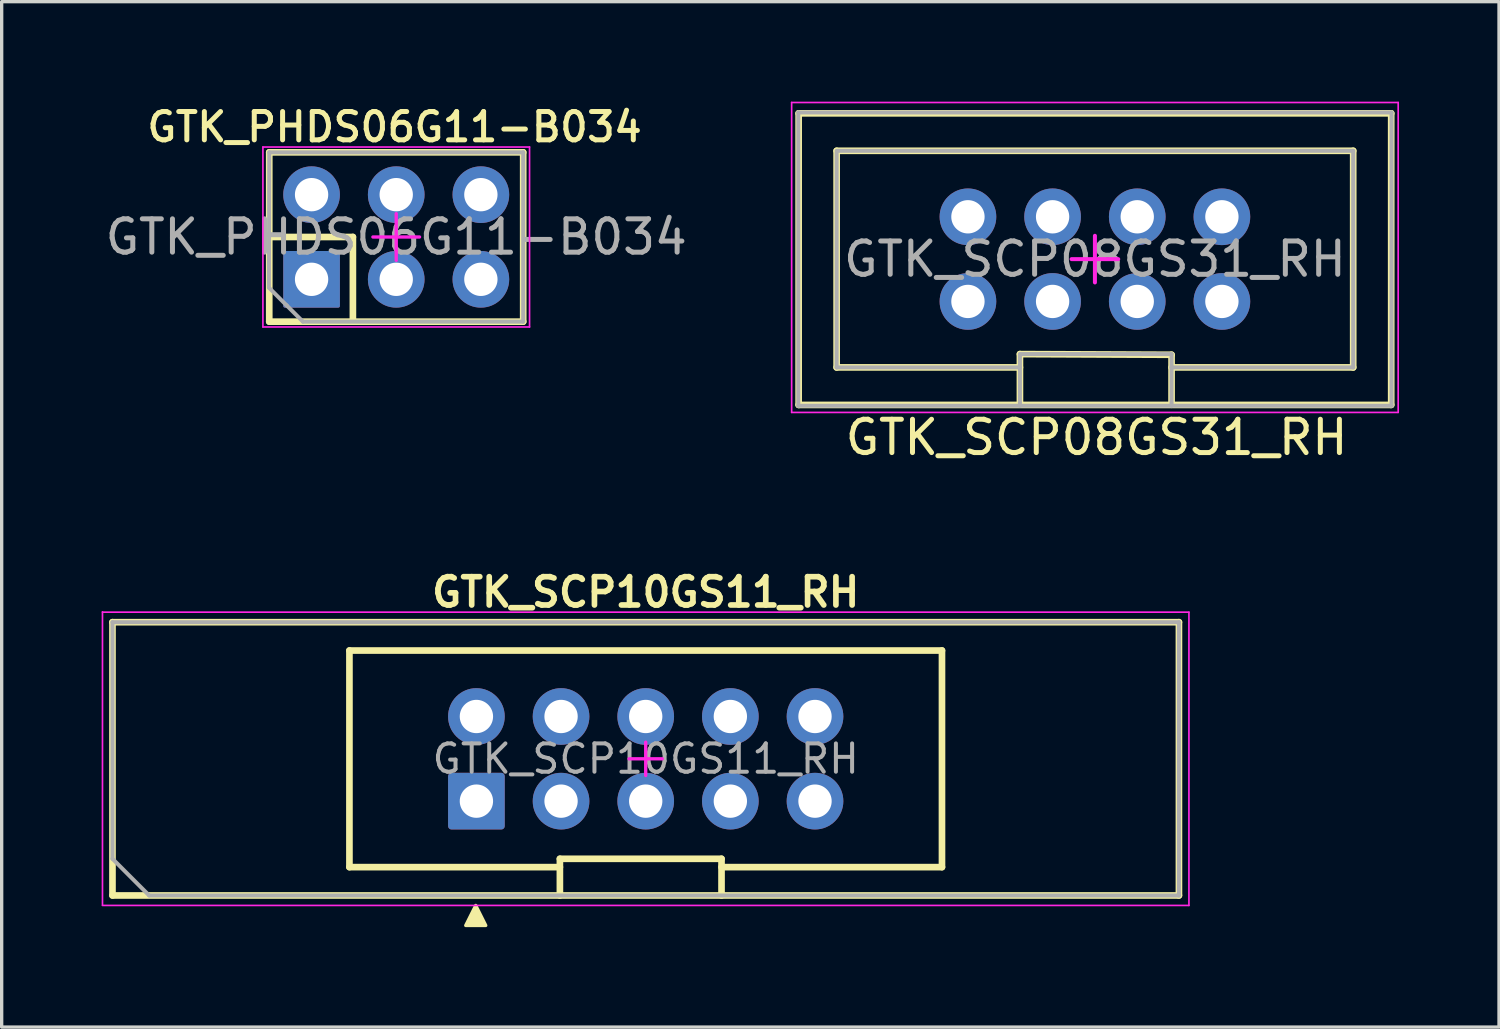
<source format=kicad_pcb>
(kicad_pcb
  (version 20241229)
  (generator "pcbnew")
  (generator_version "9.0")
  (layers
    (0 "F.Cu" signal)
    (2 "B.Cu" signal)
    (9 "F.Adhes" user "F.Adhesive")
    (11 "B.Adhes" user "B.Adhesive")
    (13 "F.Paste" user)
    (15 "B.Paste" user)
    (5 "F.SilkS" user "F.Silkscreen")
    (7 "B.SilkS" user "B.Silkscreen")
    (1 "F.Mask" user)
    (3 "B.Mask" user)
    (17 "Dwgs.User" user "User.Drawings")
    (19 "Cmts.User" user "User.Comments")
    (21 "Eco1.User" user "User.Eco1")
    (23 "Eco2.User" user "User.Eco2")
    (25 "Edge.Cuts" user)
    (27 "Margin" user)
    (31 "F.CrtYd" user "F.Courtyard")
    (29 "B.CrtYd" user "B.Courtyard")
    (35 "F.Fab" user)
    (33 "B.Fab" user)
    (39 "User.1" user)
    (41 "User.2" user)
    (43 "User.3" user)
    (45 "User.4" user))
  (footprint "GTK_SCP08GS31_RH"
    (layer "F.Cu")
    (at 29.804 4.725)
    (property "Reference" "GTK_SCP08GS31_RH" (at 0.05 5.35 0) (layer "F.SilkS") (effects (font (size 1 1) (thickness 0.15))))
    (attr through_hole)
    (fp_line (start -8.89 -4.375) (end 8.89 -4.375) (stroke (width 0.2) (type solid)) (layer "F.SilkS"))
    (fp_line (start -8.89 4.375) (end -8.89 -4.375) (stroke (width 0.2) (type solid)) (layer "F.SilkS"))
    (fp_line (start -7.75 -3.25) (end 7.75 -3.25) (stroke (width 0.2) (type solid)) (layer "F.SilkS"))
    (fp_line (start -7.75 3.25) (end -7.75 -3.25) (stroke (width 0.2) (type solid)) (layer "F.SilkS"))
    (fp_line (start -7.75 3.25) (end -2.25 3.25) (stroke (width 0.2) (type solid)) (layer "F.SilkS"))
    (fp_line (start -2.25 2.85) (end 2.3 2.87) (stroke (width 0.2) (type solid)) (layer "F.SilkS"))
    (fp_line (start -2.25 4.35) (end -2.25 2.85) (stroke (width 0.2) (type solid)) (layer "F.SilkS"))
    (fp_line (start 2.3 3.25) (end 7.75 3.25) (stroke (width 0.2) (type solid)) (layer "F.SilkS"))
    (fp_line (start 2.3 4.37) (end 2.3 2.87) (stroke (width 0.2) (type solid)) (layer "F.SilkS"))
    (fp_line (start 7.75 -3.25) (end 7.75 3.25) (stroke (width 0.2) (type solid)) (layer "F.SilkS"))
    (fp_line (start 8.89 -4.375) (end 8.89 4.375) (stroke (width 0.2) (type solid)) (layer "F.SilkS"))
    (fp_line (start 8.89 4.375) (end -8.89 4.375) (stroke (width 0.2) (type solid)) (layer "F.SilkS"))
    (fp_line (start -9.1 -4.7) (end 9.1 -4.7) (stroke (width 0.05) (type solid)) (layer "F.CrtYd"))
    (fp_line (start -9.1 4.6) (end -9.1 -4.7) (stroke (width 0.05) (type solid)) (layer "F.CrtYd"))
    (fp_line (start 0 0.7) (end 0 -0.7) (stroke (width 0.12) (type solid)) (layer "F.CrtYd"))
    (fp_line (start 0.7 0) (end -0.7 0) (stroke (width 0.12) (type solid)) (layer "F.CrtYd"))
    (fp_line (start 9.1 -4.7) (end 9.1 4.6) (stroke (width 0.05) (type solid)) (layer "F.CrtYd"))
    (fp_line (start 9.1 4.6) (end -9.1 4.6) (stroke (width 0.05) (type solid)) (layer "F.CrtYd"))
    (fp_line (start -8.9 -4.4) (end 8.9 -4.4) (stroke (width 0.12) (type solid)) (layer "F.Fab"))
    (fp_line (start -8.9 4.4) (end -8.9 -4.4) (stroke (width 0.12) (type solid)) (layer "F.Fab"))
    (fp_line (start -7.75 -3.25) (end 7.75 -3.25) (stroke (width 0.12) (type solid)) (layer "F.Fab"))
    (fp_line (start -7.75 3.25) (end -7.75 -3.2) (stroke (width 0.12) (type solid)) (layer "F.Fab"))
    (fp_line (start -2.25 2.85) (end 2.3 2.85) (stroke (width 0.12) (type solid)) (layer "F.Fab"))
    (fp_line (start -2.25 3.25) (end -7.75 3.25) (stroke (width 0.12) (type solid)) (layer "F.Fab"))
    (fp_line (start -2.25 4.4) (end -2.25 2.85) (stroke (width 0.12) (type solid)) (layer "F.Fab"))
    (fp_line (start 2.3 2.85) (end 2.3 4.4) (stroke (width 0.12) (type solid)) (layer "F.Fab"))
    (fp_line (start 7.75 -3.25) (end 7.75 3.25) (stroke (width 0.12) (type solid)) (layer "F.Fab"))
    (fp_line (start 7.75 3.25) (end 2.3 3.25) (stroke (width 0.12) (type solid)) (layer "F.Fab"))
    (fp_line (start 8.9 -4.4) (end 8.9 4.4) (stroke (width 0.12) (type solid)) (layer "F.Fab"))
    (fp_line (start 8.9 4.4) (end -8.9 4.4) (stroke (width 0.12) (type solid)) (layer "F.Fab"))
    (fp_text user "${REFERENCE}" (at 0 0 0) (layer "F.Fab") (effects (font (size 1 1) (thickness 0.15))))
    (pad "1" thru_hole circle (at -3.81 1.27) (size 1.7 1.7) (drill 1) (layers "*.Cu" "*.Mask"))
    (pad "2" thru_hole circle (at -3.81 -1.27) (size 1.7 1.7) (drill 1) (layers "*.Cu" "*.Mask"))
    (pad "3" thru_hole circle (at -1.27 1.27) (size 1.7 1.7) (drill 1) (layers "*.Cu" "*.Mask"))
    (pad "4" thru_hole circle (at -1.27 -1.27) (size 1.7 1.7) (drill 1) (layers "*.Cu" "*.Mask"))
    (pad "5" thru_hole circle (at 1.27 1.27) (size 1.7 1.7) (drill 1) (layers "*.Cu" "*.Mask"))
    (pad "6" thru_hole circle (at 1.27 -1.27) (size 1.7 1.7) (drill 1) (layers "*.Cu" "*.Mask"))
    (pad "7" thru_hole circle (at 3.81 1.27) (size 1.7 1.7) (drill 1) (layers "*.Cu" "*.Mask"))
    (pad "8" thru_hole circle (at 3.81 -1.27) (size 1.7 1.7) (drill 1) (layers "*.Cu" "*.Mask")))
  (footprint "GTK_PHDS06G11-B034"
    (layer "F.Cu")
    (at 8.839 4.061)
    (property "Reference" "GTK_PHDS06G11-B034" (at -0.05 -3.3 180) (layer "F.SilkS") (effects (font (size 0.85 0.85) (thickness 0.15))))
    (attr through_hole)
    (fp_line (start -3.81 -2.54) (end 3.81 -2.54) (stroke (width 0.2) (type solid)) (layer "F.SilkS"))
    (fp_line (start -3.81 0) (end -1.3 0) (stroke (width 0.2) (type solid)) (layer "F.SilkS"))
    (fp_line (start -3.81 2.04) (end -3.81 2.05) (stroke (width 0.12) (type solid)) (layer "F.SilkS"))
    (fp_line (start -3.81 2.54) (end -3.81 -2.54) (stroke (width 0.2) (type solid)) (layer "F.SilkS"))
    (fp_line (start -1.3 0) (end -1.3 2.54) (stroke (width 0.2) (type solid)) (layer "F.SilkS"))
    (fp_line (start 3.81 -2.54) (end 3.81 2.54) (stroke (width 0.2) (type solid)) (layer "F.SilkS"))
    (fp_line (start 3.81 2.54) (end -3.81 2.54) (stroke (width 0.2) (type solid)) (layer "F.SilkS"))
    (fp_line (start -4 -2.7) (end 4 -2.7) (stroke (width 0.05) (type solid)) (layer "F.CrtYd"))
    (fp_line (start -4 2.7) (end -4 -2.7) (stroke (width 0.05) (type solid)) (layer "F.CrtYd"))
    (fp_line (start 0 -0.7) (end 0 0.7) (stroke (width 0.1) (type solid)) (layer "F.CrtYd"))
    (fp_line (start 0.7 0) (end -0.7 0) (stroke (width 0.1) (type solid)) (layer "F.CrtYd"))
    (fp_line (start 4 -2.7) (end 4 2.7) (stroke (width 0.05) (type solid)) (layer "F.CrtYd"))
    (fp_line (start 4 2.7) (end -4 2.7) (stroke (width 0.05) (type solid)) (layer "F.CrtYd"))
    (fp_line (start -3.82 1.52) (end -3.81 -2.54) (stroke (width 0.12) (type solid)) (layer "F.Fab"))
    (fp_line (start -3.82 1.52) (end -3.28 2.06) (stroke (width 0.12) (type solid)) (layer "F.Fab"))
    (fp_line (start -3.81 -2.54) (end 3.81 -2.54) (stroke (width 0.12) (type solid)) (layer "F.Fab"))
    (fp_line (start -3.29 2.05) (end -2.8 2.54) (stroke (width 0.12) (type solid)) (layer "F.Fab"))
    (fp_line (start 3.81 -2.54) (end 3.81 2.54) (stroke (width 0.12) (type solid)) (layer "F.Fab"))
    (fp_line (start 3.81 2.54) (end -2.8 2.54) (stroke (width 0.12) (type solid)) (layer "F.Fab"))
    (fp_text user "${REFERENCE}" (at 0 0 0) (layer "F.Fab") (effects (font (size 1 1) (thickness 0.15))))
    (pad "1" thru_hole roundrect (at -2.54 1.27) (size 1.7 1.7) (drill 1) (layers "*.Cu" "*.Mask") (roundrect_rratio 0.03))
    (pad "2" thru_hole circle (at -2.54 -1.27) (size 1.7 1.7) (drill 1) (layers "*.Cu" "*.Mask"))
    (pad "3" thru_hole circle (at 0 1.27) (size 1.7 1.7) (drill 1) (layers "*.Cu" "*.Mask"))
    (pad "4" thru_hole circle (at 0 -1.27) (size 1.7 1.7) (drill 1) (layers "*.Cu" "*.Mask"))
    (pad "5" thru_hole circle (at 2.54 1.27) (size 1.7 1.7) (drill 1) (layers "*.Cu" "*.Mask"))
    (pad "6" thru_hole circle (at 2.54 -1.27) (size 1.7 1.7) (drill 1) (layers "*.Cu" "*.Mask")))
  (footprint "GTK_SCP10GS11_RH"
    (layer "F.Cu")
    (at 16.325 19.719)
    (property "Reference" "GTK_SCP10GS11_RH" (at 0 -5 0) (layer "F.SilkS") (effects (font (size 0.85 0.85) (thickness 0.17))))
    (attr through_hole)
    (fp_line (start -16 -4.1) (end -16 4.1) (stroke (width 0.2) (type solid)) (layer "F.SilkS"))
    (fp_line (start -8.89 -3.25) (end -8.89 3.25) (stroke (width 0.2) (type solid)) (layer "F.SilkS"))
    (fp_line (start -8.89 -3.25) (end 8.89 -3.25) (stroke (width 0.2) (type solid)) (layer "F.SilkS"))
    (fp_line (start -2.575 3) (end -2.575 4.1) (stroke (width 0.2) (type solid)) (layer "F.SilkS"))
    (fp_line (start -2.575 3.25) (end -8.89 3.25) (stroke (width 0.2) (type solid)) (layer "F.SilkS"))
    (fp_line (start 2.275 3) (end -2.575 3) (stroke (width 0.2) (type solid)) (layer "F.SilkS"))
    (fp_line (start 2.275 3) (end 2.275 4.1) (stroke (width 0.2) (type solid)) (layer "F.SilkS"))
    (fp_line (start 8.89 -3.25) (end 8.89 3.25) (stroke (width 0.2) (type solid)) (layer "F.SilkS"))
    (fp_line (start 8.89 3.25) (end 2.275 3.25) (stroke (width 0.2) (type solid)) (layer "F.SilkS"))
    (fp_line (start 16 -4.1) (end -16 -4.1) (stroke (width 0.2) (type solid)) (layer "F.SilkS"))
    (fp_line (start 16 4.1) (end -16 4.1) (stroke (width 0.2) (type solid)) (layer "F.SilkS"))
    (fp_line (start 16 4.1) (end 16 -4.1) (stroke (width 0.2) (type solid)) (layer "F.SilkS"))
    (fp_poly (pts (xy -4.8 5) (xy -5.4 5) (xy -5.1 4.4)) (stroke (width 0.1) (type solid)) (fill yes) (layer "F.SilkS"))
    (fp_line (start -16.3 4.39) (end -16.3 -4.41) (stroke (width 0.05) (type solid)) (layer "F.CrtYd"))
    (fp_line (start -0.5 0) (end 0.5 0) (stroke (width 0.1) (type solid)) (layer "F.CrtYd"))
    (fp_line (start 0 -0.5) (end 0 0.5) (stroke (width 0.1) (type solid)) (layer "F.CrtYd"))
    (fp_line (start 16.3 -4.4) (end -16.3 -4.4) (stroke (width 0.05) (type solid)) (layer "F.CrtYd"))
    (fp_line (start 16.3 4.4) (end -16.3 4.4) (stroke (width 0.05) (type solid)) (layer "F.CrtYd"))
    (fp_line (start 16.3 4.4) (end 16.3 -4.4) (stroke (width 0.05) (type solid)) (layer "F.CrtYd"))
    (fp_line (start -16 -4.1) (end 16 -4.1) (stroke (width 0.12) (type solid)) (layer "F.Fab"))
    (fp_line (start -16 3) (end -16 -4.1) (stroke (width 0.12) (type solid)) (layer "F.Fab"))
    (fp_line (start -14.9 4.1) (end -16 3) (stroke (width 0.12) (type solid)) (layer "F.Fab"))
    (fp_line (start 16 -4.1) (end 16 4.1) (stroke (width 0.12) (type solid)) (layer "F.Fab"))
    (fp_line (start 16 4.1) (end -14.9 4.1) (stroke (width 0.12) (type solid)) (layer "F.Fab"))
    (fp_text user "${REFERENCE}" (at 0 0 0) (layer "F.Fab") (effects (font (size 0.85 0.85) (thickness 0.12))))
    (pad "1" thru_hole roundrect (at -5.08 1.27) (size 1.7 1.7) (drill 1) (layers "*.Cu" "*.Mask") (roundrect_rratio 0.06))
    (pad "2" thru_hole circle (at -5.08 -1.27) (size 1.7 1.7) (drill 1) (layers "*.Cu" "*.Mask"))
    (pad "3" thru_hole circle (at -2.54 1.27) (size 1.7 1.7) (drill 1) (layers "*.Cu" "*.Mask"))
    (pad "4" thru_hole circle (at -2.54 -1.27) (size 1.7 1.7) (drill 1) (layers "*.Cu" "*.Mask"))
    (pad "5" thru_hole circle (at 0 1.27) (size 1.7 1.7) (drill 1) (layers "*.Cu" "*.Mask"))
    (pad "6" thru_hole circle (at 0 -1.27) (size 1.7 1.7) (drill 1) (layers "*.Cu" "*.Mask"))
    (pad "7" thru_hole circle (at 2.54 1.27) (size 1.7 1.7) (drill 1) (layers "*.Cu" "*.Mask"))
    (pad "8" thru_hole circle (at 2.54 -1.27) (size 1.7 1.7) (drill 1) (layers "*.Cu" "*.Mask"))
    (pad "9" thru_hole circle (at 5.08 1.27) (size 1.7 1.7) (drill 1) (layers "*.Cu" "*.Mask"))
    (pad "10" thru_hole circle (at 5.08 -1.27) (size 1.7 1.7) (drill 1) (layers "*.Cu" "*.Mask")))
  (gr_rect
    (start -3 -3)
    (end 41.929 27.769)
    (stroke (width 0.1) (type default))
    (fill no)
    (layer "Edge.Cuts")))
</source>
